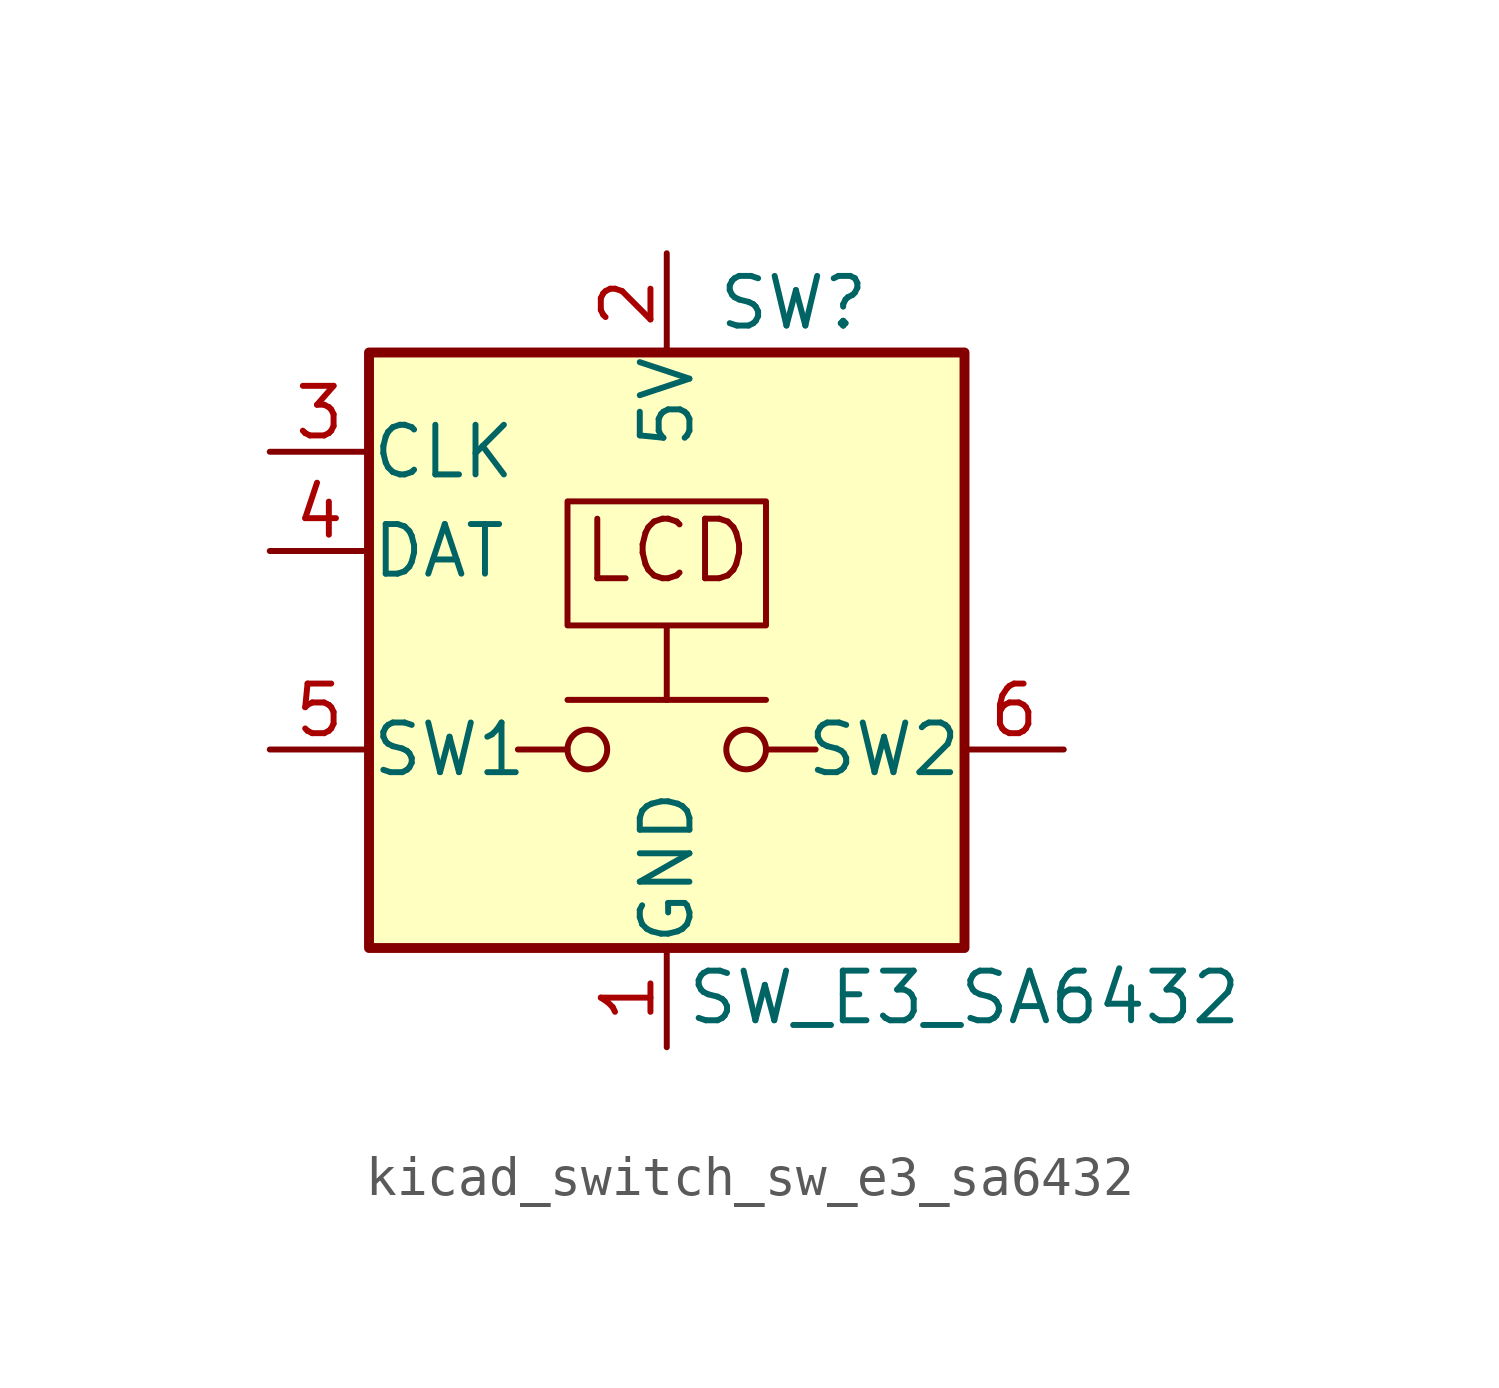
<source format=kicad_sym>
(kicad_symbol_lib
  (version 20220914)
  (generator kicad_symbol_editor)
  (symbol "kicad_switch_sw_e3_sa6432"
    (pin_names
      (offset 0.025))
    (property "Reference" "SW"
      (at 1.27 8.89 0)
      (effects (font (size 1.27 1.27)) (justify left)))
    (property "Value" "SW_E3_SA6432"
      (at 7.62 -8.89 0)
      (effects (font (size 1.27 1.27))))
    (symbol "kicad_switch_sw_e3_sa6432_0_0"
      (rectangle (start -7.62 7.62) (end 7.62 -7.62) (stroke (width 0.254) (type default)) (fill (type background)))
      (polyline (pts (xy -2.54 -2.54) (xy -3.81 -2.54)) (stroke (width 0) (type default)) (fill (type none)))
      (polyline (pts (xy 2.54 -2.54) (xy 3.81 -2.54)) (stroke (width 0) (type default)) (fill (type none)))
      (text "LCD" (at 0 2.54 0) (effects (font (size 1.524 1.524)))))
    (symbol "kicad_switch_sw_e3_sa6432_0_1"
      (circle (center -2.032 -2.54) (radius 0.508) (stroke (width 0) (type default)) (fill (type none)))
      (polyline (pts (xy 2.54 -1.27) (xy -2.54 -1.27)) (stroke (width 0) (type default)) (fill (type none)))
      (polyline (pts (xy 0 -1.27) (xy 0 0.635) (xy -2.54 0.635) (xy -2.54 3.81) (xy 2.54 3.81) (xy 2.54 0.635) (xy 0 0.635)) (stroke (width 0) (type default)) (fill (type none)))
      (circle (center 2.032 -2.54) (radius 0.508) (stroke (width 0) (type default)) (fill (type none)))
      (pin power_in line (at 0 -10.16 90) (length 2.54) (name "GND" (effects (font (size 1.27 1.27)))) (number "1" (effects (font (size 1.27 1.27)))))
      (pin power_in line (at 0 10.16 270) (length 2.54) (name "5V" (effects (font (size 1.27 1.27)))) (number "2" (effects (font (size 1.27 1.27)))))
      (pin input line (at -10.16 5.08 0) (length 2.54) (name "CLK" (effects (font (size 1.27 1.27)))) (number "3" (effects (font (size 1.27 1.27)))))
      (pin input line (at -10.16 2.54 0) (length 2.54) (name "DAT" (effects (font (size 1.27 1.27)))) (number "4" (effects (font (size 1.27 1.27))))))
    (symbol "kicad_switch_sw_e3_sa6432_1_1"
      (pin passive line (at -10.16 -2.54 0) (length 2.54) (name "SW1" (effects (font (size 1.27 1.27)))) (number "5" (effects (font (size 1.27 1.27)))))
      (pin passive line (at 10.16 -2.54 180) (length 2.54) (name "SW2" (effects (font (size 1.27 1.27)))) (number "6" (effects (font (size 1.27 1.27))))))))
</source>
